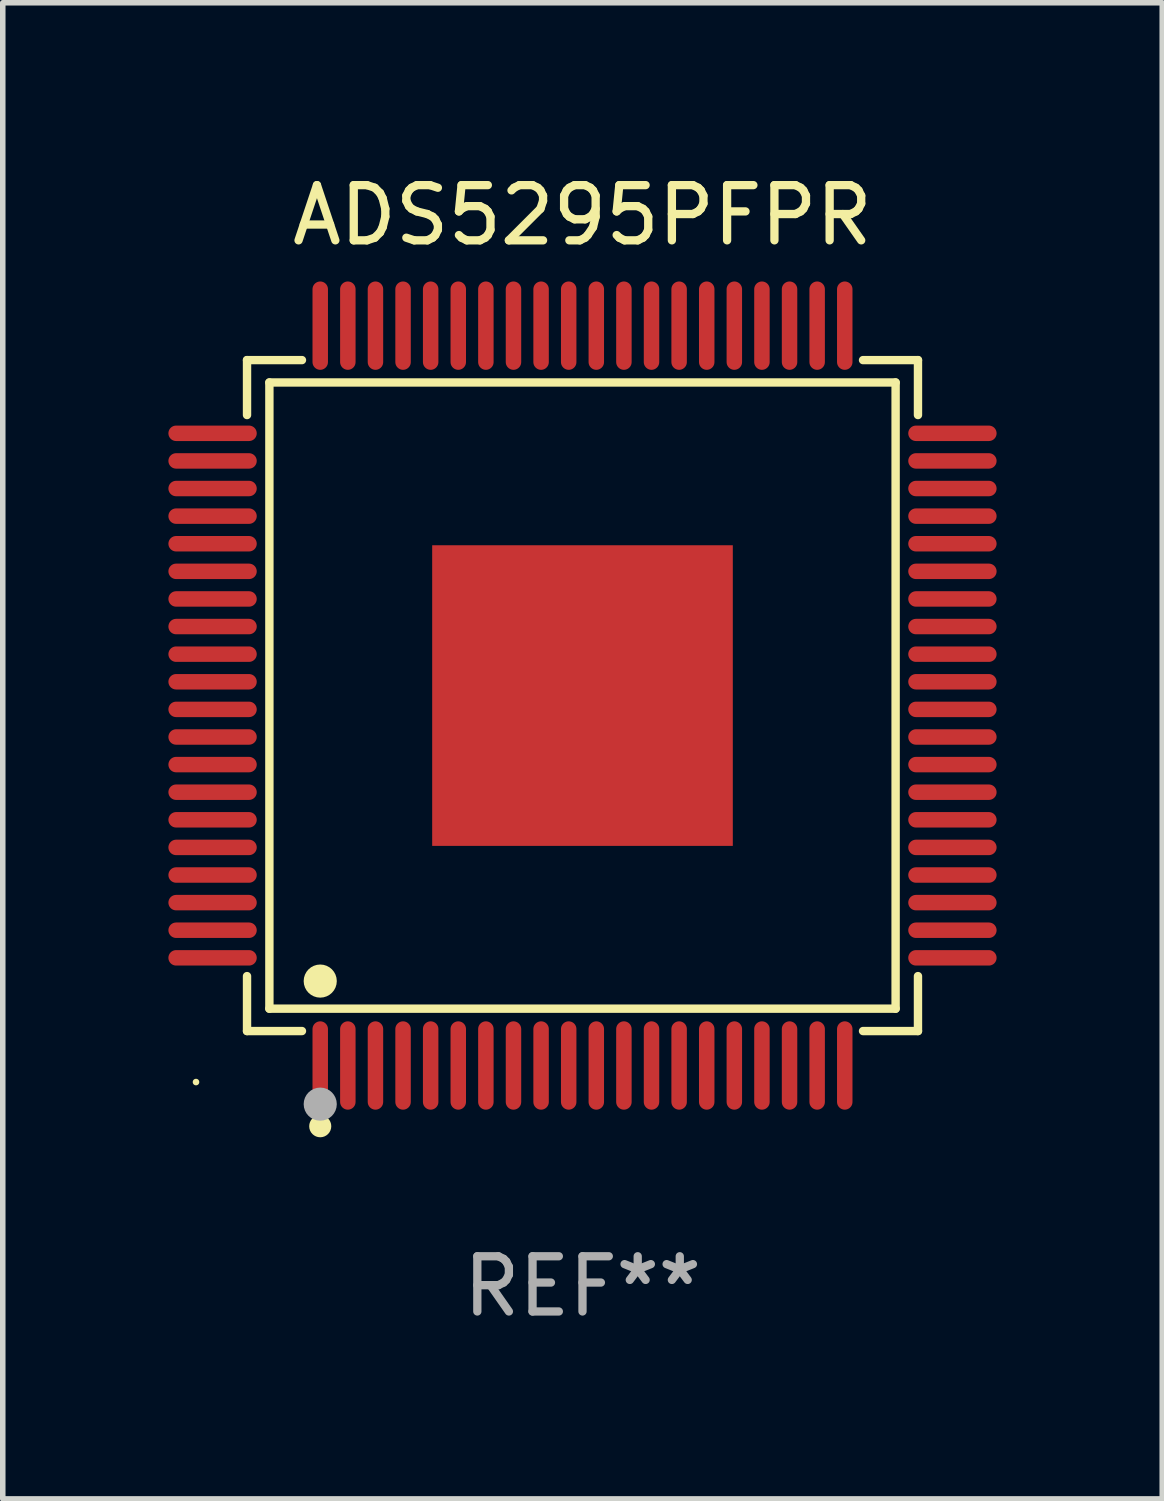
<source format=kicad_pcb>
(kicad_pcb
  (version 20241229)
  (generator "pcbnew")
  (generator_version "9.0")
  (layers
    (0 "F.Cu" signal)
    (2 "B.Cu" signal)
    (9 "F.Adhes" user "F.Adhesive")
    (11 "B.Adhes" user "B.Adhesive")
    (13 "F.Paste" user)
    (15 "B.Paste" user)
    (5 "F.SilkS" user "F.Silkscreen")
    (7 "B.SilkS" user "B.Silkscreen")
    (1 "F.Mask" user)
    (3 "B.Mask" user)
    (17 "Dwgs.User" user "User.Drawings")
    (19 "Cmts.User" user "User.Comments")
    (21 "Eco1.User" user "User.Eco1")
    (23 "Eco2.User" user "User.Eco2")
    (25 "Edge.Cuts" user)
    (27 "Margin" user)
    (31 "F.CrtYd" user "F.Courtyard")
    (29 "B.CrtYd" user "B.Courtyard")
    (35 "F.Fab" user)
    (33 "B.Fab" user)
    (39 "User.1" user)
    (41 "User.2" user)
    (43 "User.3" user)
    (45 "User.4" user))
  (footprint "ADS5295PFPR"
    (layer "F.Cu")
    (at 7.5 9.548)
    (property "Reference" "ADS5295PFPR" (at 0 -8.7 0) (layer "F.SilkS") (effects (font (size 1 1) (thickness 0.15))))
    (attr through_hole)
    (fp_line (start -6.076 -6.076) (end -5.081 -6.076) (stroke (width 0.152) (type solid)) (layer "F.SilkS"))
    (fp_line (start -6.076 -5.081) (end -6.076 -6.076) (stroke (width 0.152) (type solid)) (layer "F.SilkS"))
    (fp_line (start -6.076 5.081) (end -6.076 6.076) (stroke (width 0.152) (type solid)) (layer "F.SilkS"))
    (fp_line (start -6.076 6.076) (end -5.081 6.076) (stroke (width 0.152) (type solid)) (layer "F.SilkS"))
    (fp_line (start -5.671 -5.671) (end 5.671 -5.671) (stroke (width 0.152) (type solid)) (layer "F.SilkS"))
    (fp_line (start -5.671 5.671) (end -5.671 -5.671) (stroke (width 0.152) (type solid)) (layer "F.SilkS"))
    (fp_line (start 5.671 -5.671) (end 5.671 5.671) (stroke (width 0.152) (type solid)) (layer "F.SilkS"))
    (fp_line (start 5.671 5.671) (end -5.671 5.671) (stroke (width 0.152) (type solid)) (layer "F.SilkS"))
    (fp_line (start 6.076 -6.076) (end 5.081 -6.076) (stroke (width 0.152) (type solid)) (layer "F.SilkS"))
    (fp_line (start 6.076 -5.081) (end 6.076 -6.076) (stroke (width 0.152) (type solid)) (layer "F.SilkS"))
    (fp_line (start 6.076 5.081) (end 6.076 6.076) (stroke (width 0.152) (type solid)) (layer "F.SilkS"))
    (fp_line (start 6.076 6.076) (end 5.081 6.076) (stroke (width 0.152) (type solid)) (layer "F.SilkS"))
    (fp_circle (center -7 7) (end -6.97 7) (stroke (width 0.06) (type solid)) (fill no) (layer "F.SilkS"))
    (fp_circle (center -4.75 5.171) (end -4.6 5.171) (stroke (width 0.3) (type solid)) (fill no) (layer "F.SilkS"))
    (fp_circle (center -4.75 7.8) (end -4.65 7.8) (stroke (width 0.2) (type solid)) (fill no) (layer "F.SilkS"))
    (fp_circle (center -4.75 7.4) (end -4.6 7.4) (stroke (width 0.3) (type solid)) (fill no) (layer "F.Fab"))
    (fp_text user "REF**" (at 0 10.7 0) (layer "F.Fab") (effects (font (size 1 1) (thickness 0.15))))
    (pad "1" smd oval (at -4.75 6.7) (size 0.28 1.6) (layers "F.Cu" "F.Mask" "F.Paste"))
    (pad "2" smd oval (at -4.25 6.7) (size 0.28 1.6) (layers "F.Cu" "F.Mask" "F.Paste"))
    (pad "3" smd oval (at -3.75 6.7) (size 0.28 1.6) (layers "F.Cu" "F.Mask" "F.Paste"))
    (pad "4" smd oval (at -3.25 6.7) (size 0.28 1.6) (layers "F.Cu" "F.Mask" "F.Paste"))
    (pad "5" smd oval (at -2.75 6.7) (size 0.28 1.6) (layers "F.Cu" "F.Mask" "F.Paste"))
    (pad "6" smd oval (at -2.25 6.7) (size 0.28 1.6) (layers "F.Cu" "F.Mask" "F.Paste"))
    (pad "7" smd oval (at -1.75 6.7) (size 0.28 1.6) (layers "F.Cu" "F.Mask" "F.Paste"))
    (pad "8" smd oval (at -1.25 6.7) (size 0.28 1.6) (layers "F.Cu" "F.Mask" "F.Paste"))
    (pad "9" smd oval (at -0.75 6.7) (size 0.28 1.6) (layers "F.Cu" "F.Mask" "F.Paste"))
    (pad "10" smd oval (at -0.25 6.7) (size 0.28 1.6) (layers "F.Cu" "F.Mask" "F.Paste"))
    (pad "11" smd oval (at 0.25 6.7) (size 0.28 1.6) (layers "F.Cu" "F.Mask" "F.Paste"))
    (pad "12" smd oval (at 0.75 6.7) (size 0.28 1.6) (layers "F.Cu" "F.Mask" "F.Paste"))
    (pad "13" smd oval (at 1.25 6.7) (size 0.28 1.6) (layers "F.Cu" "F.Mask" "F.Paste"))
    (pad "14" smd oval (at 1.75 6.7) (size 0.28 1.6) (layers "F.Cu" "F.Mask" "F.Paste"))
    (pad "15" smd oval (at 2.25 6.7) (size 0.28 1.6) (layers "F.Cu" "F.Mask" "F.Paste"))
    (pad "16" smd oval (at 2.75 6.7) (size 0.28 1.6) (layers "F.Cu" "F.Mask" "F.Paste"))
    (pad "17" smd oval (at 3.25 6.7) (size 0.28 1.6) (layers "F.Cu" "F.Mask" "F.Paste"))
    (pad "18" smd oval (at 3.75 6.7) (size 0.28 1.6) (layers "F.Cu" "F.Mask" "F.Paste"))
    (pad "19" smd oval (at 4.25 6.7) (size 0.28 1.6) (layers "F.Cu" "F.Mask" "F.Paste"))
    (pad "20" smd oval (at 4.75 6.7) (size 0.28 1.6) (layers "F.Cu" "F.Mask" "F.Paste"))
    (pad "21" smd oval (at 6.7 4.75) (size 1.6 0.28) (layers "F.Cu" "F.Mask" "F.Paste"))
    (pad "22" smd oval (at 6.7 4.25) (size 1.6 0.28) (layers "F.Cu" "F.Mask" "F.Paste"))
    (pad "23" smd oval (at 6.7 3.75) (size 1.6 0.28) (layers "F.Cu" "F.Mask" "F.Paste"))
    (pad "24" smd oval (at 6.7 3.25) (size 1.6 0.28) (layers "F.Cu" "F.Mask" "F.Paste"))
    (pad "25" smd oval (at 6.7 2.75) (size 1.6 0.28) (layers "F.Cu" "F.Mask" "F.Paste"))
    (pad "26" smd oval (at 6.7 2.25) (size 1.6 0.28) (layers "F.Cu" "F.Mask" "F.Paste"))
    (pad "27" smd oval (at 6.7 1.75) (size 1.6 0.28) (layers "F.Cu" "F.Mask" "F.Paste"))
    (pad "28" smd oval (at 6.7 1.25) (size 1.6 0.28) (layers "F.Cu" "F.Mask" "F.Paste"))
    (pad "29" smd oval (at 6.7 0.75) (size 1.6 0.28) (layers "F.Cu" "F.Mask" "F.Paste"))
    (pad "30" smd oval (at 6.7 0.25) (size 1.6 0.28) (layers "F.Cu" "F.Mask" "F.Paste"))
    (pad "31" smd oval (at 6.7 -0.25) (size 1.6 0.28) (layers "F.Cu" "F.Mask" "F.Paste"))
    (pad "32" smd oval (at 6.7 -0.75) (size 1.6 0.28) (layers "F.Cu" "F.Mask" "F.Paste"))
    (pad "33" smd oval (at 6.7 -1.25) (size 1.6 0.28) (layers "F.Cu" "F.Mask" "F.Paste"))
    (pad "34" smd oval (at 6.7 -1.75) (size 1.6 0.28) (layers "F.Cu" "F.Mask" "F.Paste"))
    (pad "35" smd oval (at 6.7 -2.25) (size 1.6 0.28) (layers "F.Cu" "F.Mask" "F.Paste"))
    (pad "36" smd oval (at 6.7 -2.75) (size 1.6 0.28) (layers "F.Cu" "F.Mask" "F.Paste"))
    (pad "37" smd oval (at 6.7 -3.25) (size 1.6 0.28) (layers "F.Cu" "F.Mask" "F.Paste"))
    (pad "38" smd oval (at 6.7 -3.75) (size 1.6 0.28) (layers "F.Cu" "F.Mask" "F.Paste"))
    (pad "39" smd oval (at 6.7 -4.25) (size 1.6 0.28) (layers "F.Cu" "F.Mask" "F.Paste"))
    (pad "40" smd oval (at 6.7 -4.75) (size 1.6 0.28) (layers "F.Cu" "F.Mask" "F.Paste"))
    (pad "41" smd oval (at 4.75 -6.7) (size 0.28 1.6) (layers "F.Cu" "F.Mask" "F.Paste"))
    (pad "42" smd oval (at 4.25 -6.7) (size 0.28 1.6) (layers "F.Cu" "F.Mask" "F.Paste"))
    (pad "43" smd oval (at 3.75 -6.7) (size 0.28 1.6) (layers "F.Cu" "F.Mask" "F.Paste"))
    (pad "44" smd oval (at 3.25 -6.7) (size 0.28 1.6) (layers "F.Cu" "F.Mask" "F.Paste"))
    (pad "45" smd oval (at 2.75 -6.7) (size 0.28 1.6) (layers "F.Cu" "F.Mask" "F.Paste"))
    (pad "46" smd oval (at 2.25 -6.7) (size 0.28 1.6) (layers "F.Cu" "F.Mask" "F.Paste"))
    (pad "47" smd oval (at 1.75 -6.7) (size 0.28 1.6) (layers "F.Cu" "F.Mask" "F.Paste"))
    (pad "48" smd oval (at 1.25 -6.7) (size 0.28 1.6) (layers "F.Cu" "F.Mask" "F.Paste"))
    (pad "49" smd oval (at 0.75 -6.7) (size 0.28 1.6) (layers "F.Cu" "F.Mask" "F.Paste"))
    (pad "50" smd oval (at 0.25 -6.7) (size 0.28 1.6) (layers "F.Cu" "F.Mask" "F.Paste"))
    (pad "51" smd oval (at -0.25 -6.7) (size 0.28 1.6) (layers "F.Cu" "F.Mask" "F.Paste"))
    (pad "52" smd oval (at -0.75 -6.7) (size 0.28 1.6) (layers "F.Cu" "F.Mask" "F.Paste"))
    (pad "53" smd oval (at -1.25 -6.7) (size 0.28 1.6) (layers "F.Cu" "F.Mask" "F.Paste"))
    (pad "54" smd oval (at -1.75 -6.7) (size 0.28 1.6) (layers "F.Cu" "F.Mask" "F.Paste"))
    (pad "55" smd oval (at -2.25 -6.7) (size 0.28 1.6) (layers "F.Cu" "F.Mask" "F.Paste"))
    (pad "56" smd oval (at -2.75 -6.7) (size 0.28 1.6) (layers "F.Cu" "F.Mask" "F.Paste"))
    (pad "57" smd oval (at -3.25 -6.7) (size 0.28 1.6) (layers "F.Cu" "F.Mask" "F.Paste"))
    (pad "58" smd oval (at -3.75 -6.7) (size 0.28 1.6) (layers "F.Cu" "F.Mask" "F.Paste"))
    (pad "59" smd oval (at -4.25 -6.7) (size 0.28 1.6) (layers "F.Cu" "F.Mask" "F.Paste"))
    (pad "60" smd oval (at -4.75 -6.7) (size 0.28 1.6) (layers "F.Cu" "F.Mask" "F.Paste"))
    (pad "61" smd oval (at -6.7 -4.75) (size 1.6 0.28) (layers "F.Cu" "F.Mask" "F.Paste"))
    (pad "62" smd oval (at -6.7 -4.25) (size 1.6 0.28) (layers "F.Cu" "F.Mask" "F.Paste"))
    (pad "63" smd oval (at -6.7 -3.75) (size 1.6 0.28) (layers "F.Cu" "F.Mask" "F.Paste"))
    (pad "64" smd oval (at -6.7 -3.25) (size 1.6 0.28) (layers "F.Cu" "F.Mask" "F.Paste"))
    (pad "65" smd oval (at -6.7 -2.75) (size 1.6 0.28) (layers "F.Cu" "F.Mask" "F.Paste"))
    (pad "66" smd oval (at -6.7 -2.25) (size 1.6 0.28) (layers "F.Cu" "F.Mask" "F.Paste"))
    (pad "67" smd oval (at -6.7 -1.75) (size 1.6 0.28) (layers "F.Cu" "F.Mask" "F.Paste"))
    (pad "68" smd oval (at -6.7 -1.25) (size 1.6 0.28) (layers "F.Cu" "F.Mask" "F.Paste"))
    (pad "69" smd oval (at -6.7 -0.75) (size 1.6 0.28) (layers "F.Cu" "F.Mask" "F.Paste"))
    (pad "70" smd oval (at -6.7 -0.25) (size 1.6 0.28) (layers "F.Cu" "F.Mask" "F.Paste"))
    (pad "71" smd oval (at -6.7 0.25) (size 1.6 0.28) (layers "F.Cu" "F.Mask" "F.Paste"))
    (pad "72" smd oval (at -6.7 0.75) (size 1.6 0.28) (layers "F.Cu" "F.Mask" "F.Paste"))
    (pad "73" smd oval (at -6.7 1.25) (size 1.6 0.28) (layers "F.Cu" "F.Mask" "F.Paste"))
    (pad "74" smd oval (at -6.7 1.75) (size 1.6 0.28) (layers "F.Cu" "F.Mask" "F.Paste"))
    (pad "75" smd oval (at -6.7 2.25) (size 1.6 0.28) (layers "F.Cu" "F.Mask" "F.Paste"))
    (pad "76" smd oval (at -6.7 2.75) (size 1.6 0.28) (layers "F.Cu" "F.Mask" "F.Paste"))
    (pad "77" smd oval (at -6.7 3.25) (size 1.6 0.28) (layers "F.Cu" "F.Mask" "F.Paste"))
    (pad "78" smd oval (at -6.7 3.75) (size 1.6 0.28) (layers "F.Cu" "F.Mask" "F.Paste"))
    (pad "79" smd oval (at -6.7 4.25) (size 1.6 0.28) (layers "F.Cu" "F.Mask" "F.Paste"))
    (pad "80" smd oval (at -6.7 4.75) (size 1.6 0.28) (layers "F.Cu" "F.Mask" "F.Paste"))
    (pad "81" smd rect (at 0 0) (size 5.445 5.445) (layers "F.Cu" "F.Mask" "F.Paste")))
  (gr_rect
    (start -3 -3)
    (end 18 24.097)
    (stroke (width 0.1) (type default))
    (fill no)
    (layer "Edge.Cuts")))
</source>
